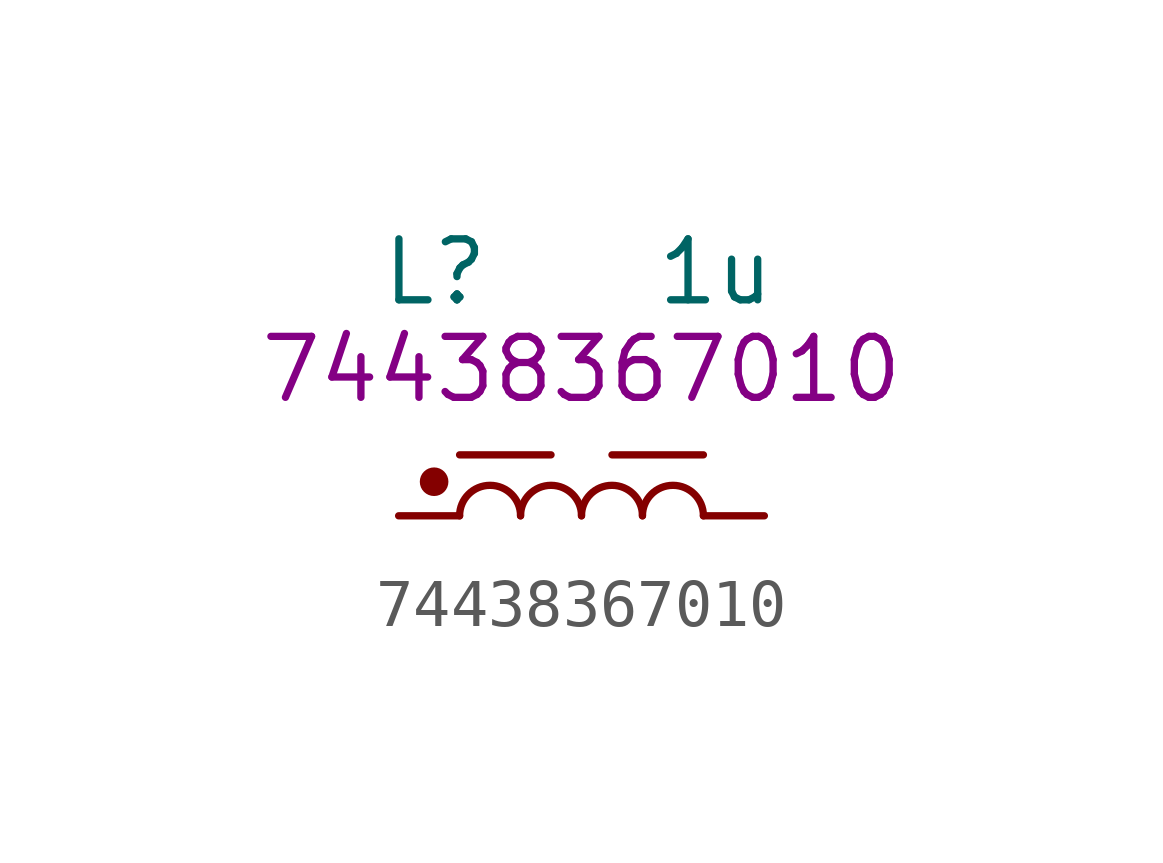
<source format=kicad_sym>
(kicad_symbol_lib
  (version 20231120)
  (generator "kicad_symbol_editor")
  (generator_version "8.0")
  (symbol "74438367010"
    (pin_numbers hide)
    (pin_names hide)
    (property "Reference" "L"
      (at 0.762 5.08 0)
      (effects (font (size 1.27 1.27))))
    (property "Value" "1u"
      (at 6.604 5.08 0)
      (effects (font (size 1.27 1.27))))
    (property "MPN" "74438367010"
      (at 3.81 3.048 0)
      (effects (font (size 1.27 1.27))))
    (symbol "74438367010_0_1"
      (polyline (pts (xy 1.27 1.27) (xy 3.175 1.27)) (stroke (width 0) (type default)) (fill (type none)))
      (polyline (pts (xy 6.35 1.27) (xy 4.445 1.27)) (stroke (width 0) (type default)) (fill (type none)))
      (arc (start 2.54 0) (mid 1.905 0.635) (end 1.27 0) (stroke (width 0) (type default)) (fill (type none)))
      (arc (start 3.81 0) (mid 3.175 0.635) (end 2.54 0) (stroke (width 0) (type default)) (fill (type none)))
      (arc (start 5.08 0) (mid 4.445 0.635) (end 3.81 0) (stroke (width 0) (type default)) (fill (type none)))
      (arc (start 6.35 0) (mid 5.715 0.635) (end 5.08 0) (stroke (width 0) (type default)) (fill (type none))))
    (symbol "74438367010_1_1"
      (circle (center 0.739 0.71) (radius 0.222) (stroke (width 0) (type default)) (fill (type outline)))
      (pin passive line (at 0 0 0) (length 1.27) (name "" (effects (font (size 1.27 1.27)))) (number "1" (effects (font (size 1.27 1.27)))))
      (pin passive line (at 7.62 0 180) (length 1.27) (name "" (effects (font (size 1.27 1.27)))) (number "2" (effects (font (size 1.27 1.27))))))))
</source>
